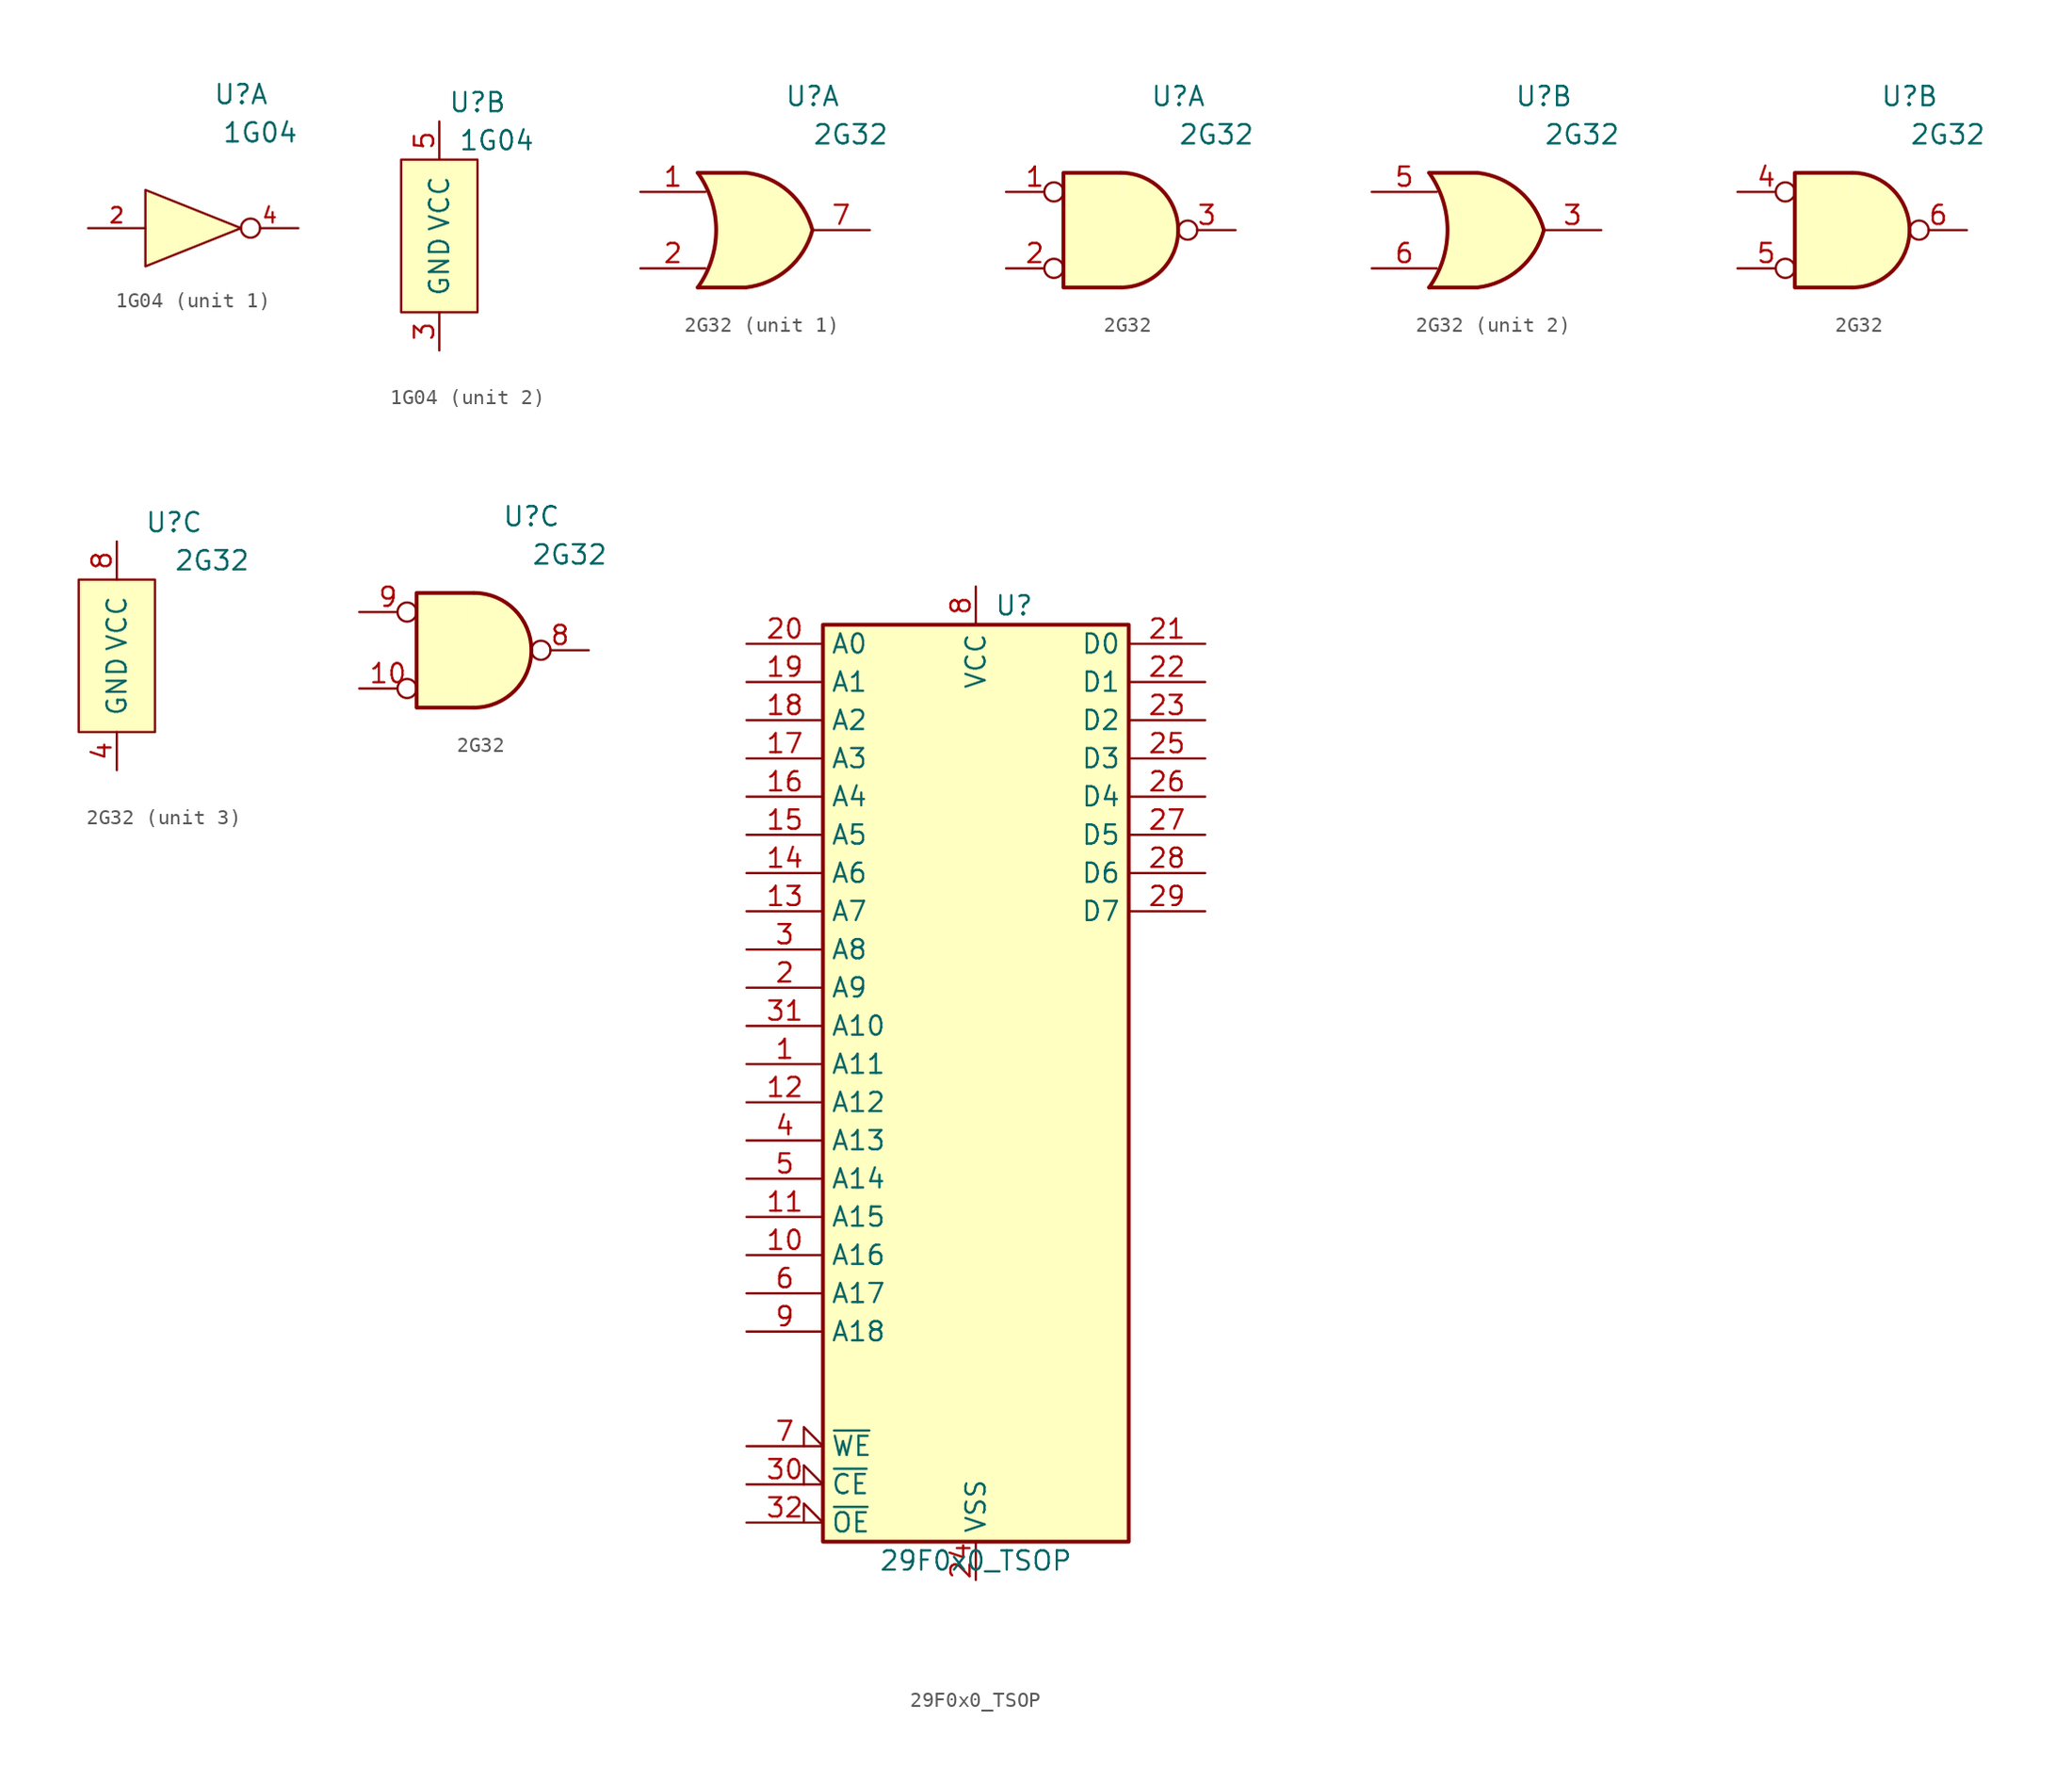
<source format=kicad_sym>
(kicad_symbol_lib
  (version 20231120)
  (generator "kicad_symbol_editor")
  (generator_version "8.0")
  (symbol "1G04"
    (pin_names
      (offset 1.016))
    (property "Reference" "U"
      (at 2.54 8.89 0)
      (effects (font (size 1.27 1.27))))
    (property "Value" "1G04"
      (at 1.27 6.35 0)
      (effects (font (size 1.27 1.27)) (justify left)))
    (property "ki_locked" ""
      (at 0 0 0)
      (effects (font (size 1.27 1.27))))
    (symbol "1G04_1_1"
      (polyline (pts (xy -3.81 2.54) (xy -3.81 -2.54) (xy 2.54 0) (xy -3.81 2.54)) (stroke (width 0.152) (type default)) (fill (type background)))
      (pin input line (at -7.62 0 0) (length 3.81) (name "~" (effects (font (size 1.016 1.016)))) (number "2" (effects (font (size 1.016 1.016)))))
      (pin output inverted (at 6.35 0 180) (length 3.81) (name "~" (effects (font (size 1.016 1.016)))) (number "4" (effects (font (size 1.016 1.016))))))
    (symbol "1G04_2_1"
      (rectangle (start -2.54 5.08) (end 2.54 -5.08) (stroke (width 0.152) (type default)) (fill (type background)))
      (pin no_connect line (at -2.54 2.54 180) (length 0) hide (name "DC" (effects (font (size 1.27 1.27)))) (number "1" (effects (font (size 1.27 1.27)))))
      (pin power_in line (at 0 -7.62 90) (length 2.54) (name "GND" (effects (font (size 1.27 1.27)))) (number "3" (effects (font (size 1.27 1.27)))))
      (pin power_in line (at 0 7.62 270) (length 2.54) (name "VCC" (effects (font (size 1.27 1.27)))) (number "5" (effects (font (size 1.27 1.27)))))))
  (symbol "2G32"
    (pin_names
      (offset 1.016))
    (property "Reference" "U"
      (at 3.81 8.89 0)
      (effects (font (size 1.27 1.27))))
    (property "Value" "2G32"
      (at 6.35 6.35 0)
      (effects (font (size 1.27 1.27))))
    (property "ki_locked" ""
      (at 0 0 0)
      (effects (font (size 1.27 1.27))))
    (symbol "2G32_1_1"
      (arc (start -3.81 -3.81) (mid -2.589 0) (end -3.81 3.81) (stroke (width 0.254) (type default)) (fill (type none)))
      (arc (start -0.6096 -3.81) (mid 2.1842 -2.5851) (end 3.81 0) (stroke (width 0.254) (type default)) (fill (type background)))
      (polyline (pts (xy -3.81 -3.81) (xy -0.635 -3.81)) (stroke (width 0.254) (type default)) (fill (type background)))
      (polyline (pts (xy -3.81 3.81) (xy -0.635 3.81)) (stroke (width 0.254) (type default)) (fill (type background)))
      (polyline (pts (xy -0.635 3.81) (xy -3.81 3.81) (xy -3.81 3.81) (xy -3.556 3.404) (xy -3.023 2.261) (xy -2.692 1.041) (xy -2.616 -0.254) (xy -2.769 -1.499) (xy -3.175 -2.718) (xy -3.81 -3.81) (xy -3.81 -3.81) (xy -0.635 -3.81)) (stroke (width -25.4) (type default)) (fill (type background)))
      (arc (start 3.81 0) (mid 2.1915 2.5936) (end -0.6096 3.81) (stroke (width 0.254) (type default)) (fill (type background)))
      (pin input line (at -7.62 2.54 0) (length 4.318) (name "" (effects (font (size 1.27 1.27)))) (number "1" (effects (font (size 1.27 1.27)))))
      (pin input line (at -7.62 -2.54 0) (length 4.318) (name "" (effects (font (size 1.27 1.27)))) (number "2" (effects (font (size 1.27 1.27)))))
      (pin output line (at 7.62 0 180) (length 3.81) (name "" (effects (font (size 1.27 1.27)))) (number "7" (effects (font (size 1.27 1.27))))))
    (symbol "2G32_1_2"
      (arc (start 0 -3.81) (mid 3.7934 0) (end 0 3.81) (stroke (width 0.254) (type default)) (fill (type background)))
      (polyline (pts (xy 0 3.81) (xy -3.81 3.81) (xy -3.81 -3.81) (xy 0 -3.81)) (stroke (width 0.254) (type default)) (fill (type background)))
      (pin input inverted (at -7.62 2.54 0) (length 3.81) (name "~" (effects (font (size 1.27 1.27)))) (number "1" (effects (font (size 1.27 1.27)))))
      (pin input inverted (at -7.62 -2.54 0) (length 3.81) (name "~" (effects (font (size 1.27 1.27)))) (number "2" (effects (font (size 1.27 1.27)))))
      (pin output inverted (at 7.62 0 180) (length 3.81) (name "~" (effects (font (size 1.27 1.27)))) (number "3" (effects (font (size 1.27 1.27))))))
    (symbol "2G32_2_1"
      (arc (start -3.81 -3.81) (mid -2.589 0) (end -3.81 3.81) (stroke (width 0.254) (type default)) (fill (type none)))
      (arc (start -0.6096 -3.81) (mid 2.1842 -2.5851) (end 3.81 0) (stroke (width 0.254) (type default)) (fill (type background)))
      (polyline (pts (xy -3.81 -3.81) (xy -0.635 -3.81)) (stroke (width 0.254) (type default)) (fill (type background)))
      (polyline (pts (xy -3.81 3.81) (xy -0.635 3.81)) (stroke (width 0.254) (type default)) (fill (type background)))
      (polyline (pts (xy -0.635 3.81) (xy -3.81 3.81) (xy -3.81 3.81) (xy -3.556 3.404) (xy -3.023 2.261) (xy -2.692 1.041) (xy -2.616 -0.254) (xy -2.769 -1.499) (xy -3.175 -2.718) (xy -3.81 -3.81) (xy -3.81 -3.81) (xy -0.635 -3.81)) (stroke (width -25.4) (type default)) (fill (type background)))
      (arc (start 3.81 0) (mid 2.1915 2.5936) (end -0.6096 3.81) (stroke (width 0.254) (type default)) (fill (type background)))
      (pin output line (at 7.62 0 180) (length 3.81) (name "" (effects (font (size 1.27 1.27)))) (number "3" (effects (font (size 1.27 1.27)))))
      (pin input line (at -7.62 2.54 0) (length 4.318) (name "" (effects (font (size 1.27 1.27)))) (number "5" (effects (font (size 1.27 1.27)))))
      (pin input line (at -7.62 -2.54 0) (length 4.318) (name "" (effects (font (size 1.27 1.27)))) (number "6" (effects (font (size 1.27 1.27))))))
    (symbol "2G32_2_2"
      (arc (start 0 -3.81) (mid 3.7934 0) (end 0 3.81) (stroke (width 0.254) (type default)) (fill (type background)))
      (polyline (pts (xy 0 3.81) (xy -3.81 3.81) (xy -3.81 -3.81) (xy 0 -3.81)) (stroke (width 0.254) (type default)) (fill (type background)))
      (pin input inverted (at -7.62 2.54 0) (length 3.81) (name "~" (effects (font (size 1.27 1.27)))) (number "4" (effects (font (size 1.27 1.27)))))
      (pin input inverted (at -7.62 -2.54 0) (length 3.81) (name "~" (effects (font (size 1.27 1.27)))) (number "5" (effects (font (size 1.27 1.27)))))
      (pin output inverted (at 7.62 0 180) (length 3.81) (name "~" (effects (font (size 1.27 1.27)))) (number "6" (effects (font (size 1.27 1.27))))))
    (symbol "2G32_3_1"
      (rectangle (start -2.54 5.08) (end 2.54 -5.08) (stroke (width 0.152) (type default)) (fill (type background)))
      (pin power_in line (at 0 -7.62 90) (length 2.54) (name "GND" (effects (font (size 1.27 1.27)))) (number "4" (effects (font (size 1.27 1.27)))))
      (pin power_in line (at 0 7.62 270) (length 2.54) (name "VCC" (effects (font (size 1.27 1.27)))) (number "8" (effects (font (size 1.27 1.27))))))
    (symbol "2G32_3_2"
      (arc (start 0 -3.81) (mid 3.7934 0) (end 0 3.81) (stroke (width 0.254) (type default)) (fill (type background)))
      (polyline (pts (xy 0 3.81) (xy -3.81 3.81) (xy -3.81 -3.81) (xy 0 -3.81)) (stroke (width 0.254) (type default)) (fill (type background)))
      (pin input inverted (at -7.62 -2.54 0) (length 3.81) (name "~" (effects (font (size 1.27 1.27)))) (number "10" (effects (font (size 1.27 1.27)))))
      (pin output inverted (at 7.62 0 180) (length 3.81) (name "~" (effects (font (size 1.27 1.27)))) (number "8" (effects (font (size 1.27 1.27)))))
      (pin input inverted (at -7.62 2.54 0) (length 3.81) (name "~" (effects (font (size 1.27 1.27)))) (number "9" (effects (font (size 1.27 1.27)))))))
  (symbol "29F0x0_TSOP"
    (property "Reference" "U"
      (at 2.54 33.02 0)
      (effects (font (size 1.27 1.27))))
    (property "Value" "29F0x0_TSOP"
      (at 0 -30.48 0)
      (effects (font (size 1.27 1.27))))
    (symbol "29F0x0_TSOP_0_1"
      (rectangle (start -10.16 31.75) (end 10.16 -29.21) (stroke (width 0.254) (type default)) (fill (type background))))
    (symbol "29F0x0_TSOP_1_0"
      (pin power_in line (at 0 -31.75 90) (length 2.54) (name "VSS" (effects (font (size 1.27 1.27)))) (number "24" (effects (font (size 1.27 1.27)))))
      (pin power_in line (at 0 34.29 270) (length 2.54) (name "VCC" (effects (font (size 1.27 1.27)))) (number "8" (effects (font (size 1.27 1.27))))))
    (symbol "29F0x0_TSOP_1_1"
      (pin input line (at -15.24 2.54 0) (length 5.08) (name "A11" (effects (font (size 1.27 1.27)))) (number "1" (effects (font (size 1.27 1.27)))))
      (pin input line (at -15.24 -10.16 0) (length 5.08) (name "A16" (effects (font (size 1.27 1.27)))) (number "10" (effects (font (size 1.27 1.27)))))
      (pin input line (at -15.24 -7.62 0) (length 5.08) (name "A15" (effects (font (size 1.27 1.27)))) (number "11" (effects (font (size 1.27 1.27)))))
      (pin input line (at -15.24 0 0) (length 5.08) (name "A12" (effects (font (size 1.27 1.27)))) (number "12" (effects (font (size 1.27 1.27)))))
      (pin input line (at -15.24 12.7 0) (length 5.08) (name "A7" (effects (font (size 1.27 1.27)))) (number "13" (effects (font (size 1.27 1.27)))))
      (pin input line (at -15.24 15.24 0) (length 5.08) (name "A6" (effects (font (size 1.27 1.27)))) (number "14" (effects (font (size 1.27 1.27)))))
      (pin input line (at -15.24 17.78 0) (length 5.08) (name "A5" (effects (font (size 1.27 1.27)))) (number "15" (effects (font (size 1.27 1.27)))))
      (pin input line (at -15.24 20.32 0) (length 5.08) (name "A4" (effects (font (size 1.27 1.27)))) (number "16" (effects (font (size 1.27 1.27)))))
      (pin input line (at -15.24 22.86 0) (length 5.08) (name "A3" (effects (font (size 1.27 1.27)))) (number "17" (effects (font (size 1.27 1.27)))))
      (pin input line (at -15.24 25.4 0) (length 5.08) (name "A2" (effects (font (size 1.27 1.27)))) (number "18" (effects (font (size 1.27 1.27)))))
      (pin input line (at -15.24 27.94 0) (length 5.08) (name "A1" (effects (font (size 1.27 1.27)))) (number "19" (effects (font (size 1.27 1.27)))))
      (pin input line (at -15.24 7.62 0) (length 5.08) (name "A9" (effects (font (size 1.27 1.27)))) (number "2" (effects (font (size 1.27 1.27)))))
      (pin input line (at -15.24 30.48 0) (length 5.08) (name "A0" (effects (font (size 1.27 1.27)))) (number "20" (effects (font (size 1.27 1.27)))))
      (pin tri_state line (at 15.24 30.48 180) (length 5.08) (name "D0" (effects (font (size 1.27 1.27)))) (number "21" (effects (font (size 1.27 1.27)))))
      (pin tri_state line (at 15.24 27.94 180) (length 5.08) (name "D1" (effects (font (size 1.27 1.27)))) (number "22" (effects (font (size 1.27 1.27)))))
      (pin tri_state line (at 15.24 25.4 180) (length 5.08) (name "D2" (effects (font (size 1.27 1.27)))) (number "23" (effects (font (size 1.27 1.27)))))
      (pin tri_state line (at 15.24 22.86 180) (length 5.08) (name "D3" (effects (font (size 1.27 1.27)))) (number "25" (effects (font (size 1.27 1.27)))))
      (pin tri_state line (at 15.24 20.32 180) (length 5.08) (name "D4" (effects (font (size 1.27 1.27)))) (number "26" (effects (font (size 1.27 1.27)))))
      (pin tri_state line (at 15.24 17.78 180) (length 5.08) (name "D5" (effects (font (size 1.27 1.27)))) (number "27" (effects (font (size 1.27 1.27)))))
      (pin tri_state line (at 15.24 15.24 180) (length 5.08) (name "D6" (effects (font (size 1.27 1.27)))) (number "28" (effects (font (size 1.27 1.27)))))
      (pin tri_state line (at 15.24 12.7 180) (length 5.08) (name "D7" (effects (font (size 1.27 1.27)))) (number "29" (effects (font (size 1.27 1.27)))))
      (pin input line (at -15.24 10.16 0) (length 5.08) (name "A8" (effects (font (size 1.27 1.27)))) (number "3" (effects (font (size 1.27 1.27)))))
      (pin input input_low (at -15.24 -25.4 0) (length 5.08) (name "~{CE}" (effects (font (size 1.27 1.27)))) (number "30" (effects (font (size 1.27 1.27)))))
      (pin input line (at -15.24 5.08 0) (length 5.08) (name "A10" (effects (font (size 1.27 1.27)))) (number "31" (effects (font (size 1.27 1.27)))))
      (pin input input_low (at -15.24 -27.94 0) (length 5.08) (name "~{OE}" (effects (font (size 1.27 1.27)))) (number "32" (effects (font (size 1.27 1.27)))))
      (pin input line (at -15.24 -2.54 0) (length 5.08) (name "A13" (effects (font (size 1.27 1.27)))) (number "4" (effects (font (size 1.27 1.27)))))
      (pin input line (at -15.24 -5.08 0) (length 5.08) (name "A14" (effects (font (size 1.27 1.27)))) (number "5" (effects (font (size 1.27 1.27)))))
      (pin input line (at -15.24 -12.7 0) (length 5.08) (name "A17" (effects (font (size 1.27 1.27)))) (number "6" (effects (font (size 1.27 1.27)))))
      (pin input input_low (at -15.24 -22.86 0) (length 5.08) (name "~{WE}" (effects (font (size 1.27 1.27)))) (number "7" (effects (font (size 1.27 1.27)))))
      (pin input line (at -15.24 -15.24 0) (length 5.08) (name "A18" (effects (font (size 1.27 1.27)))) (number "9" (effects (font (size 1.27 1.27))))))))
</source>
